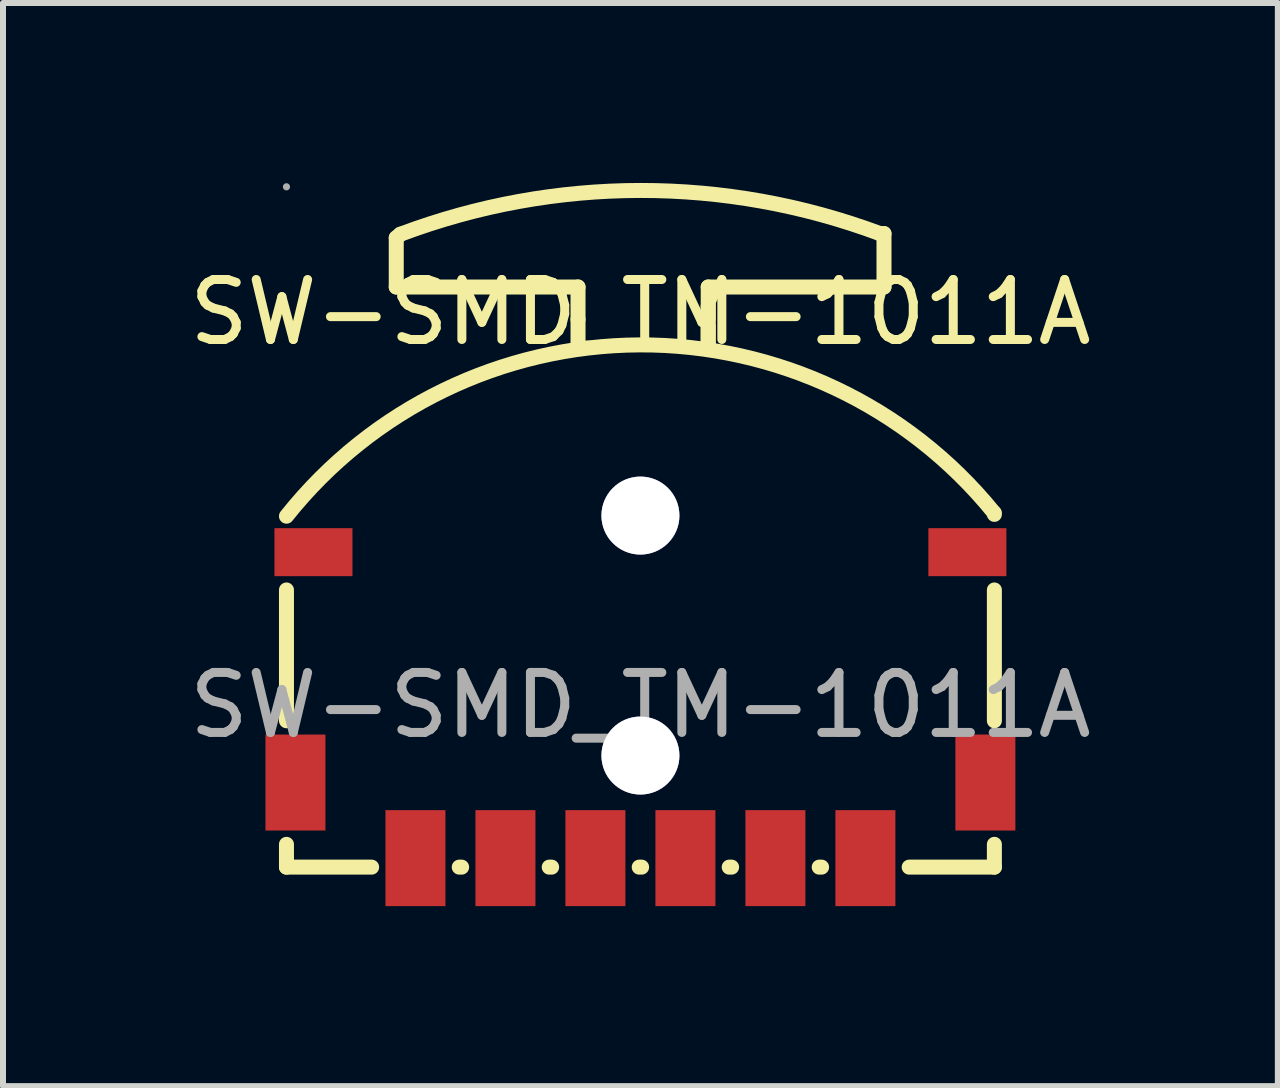
<source format=kicad_pcb>
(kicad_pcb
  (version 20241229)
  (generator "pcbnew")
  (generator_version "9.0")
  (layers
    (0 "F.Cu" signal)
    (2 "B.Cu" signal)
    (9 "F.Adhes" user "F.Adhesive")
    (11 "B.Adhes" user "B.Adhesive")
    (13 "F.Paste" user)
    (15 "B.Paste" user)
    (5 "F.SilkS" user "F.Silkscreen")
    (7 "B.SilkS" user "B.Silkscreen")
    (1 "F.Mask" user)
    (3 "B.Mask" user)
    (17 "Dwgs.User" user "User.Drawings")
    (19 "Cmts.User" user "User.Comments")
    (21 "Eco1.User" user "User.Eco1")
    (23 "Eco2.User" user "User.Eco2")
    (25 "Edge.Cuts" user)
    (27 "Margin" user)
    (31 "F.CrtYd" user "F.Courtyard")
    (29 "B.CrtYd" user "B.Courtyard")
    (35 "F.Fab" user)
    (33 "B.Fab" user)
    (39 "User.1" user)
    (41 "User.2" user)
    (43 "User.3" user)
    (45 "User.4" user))
  (footprint "SW-SMD_TM-1011A"
    (layer "F.Cu")
    (at 7.625 8.704)
    (property "Reference" "SW-SMD_TM-1011A" (at 0 -6.55 0) (layer "F.SilkS") (effects (font (size 1 1) (thickness 0.15))))
    (attr smd)
    (fp_line (start -5.9 0.26) (end -5.9 -1.92) (stroke (width 0.25) (type solid)) (layer "F.SilkS"))
    (fp_line (start -5.9 2.7) (end -5.9 2.32) (stroke (width 0.25) (type solid)) (layer "F.SilkS"))
    (fp_line (start -4.48 2.7) (end -5.9 2.7) (stroke (width 0.25) (type solid)) (layer "F.SilkS"))
    (fp_line (start -4.07 -7.79) (end -4.07 -6.97) (stroke (width 0.25) (type solid)) (layer "F.SilkS"))
    (fp_line (start -4.07 -6.97) (end -1.04 -6.97) (stroke (width 0.25) (type solid)) (layer "F.SilkS"))
    (fp_line (start -4 -7.85) (end -4.07 -7.79) (stroke (width 0.25) (type solid)) (layer "F.SilkS"))
    (fp_line (start -2.98 2.7) (end -3.02 2.7) (stroke (width 0.25) (type solid)) (layer "F.SilkS"))
    (fp_line (start -1.48 2.7) (end -1.52 2.7) (stroke (width 0.25) (type solid)) (layer "F.SilkS"))
    (fp_line (start -1.04 -6.97) (end -1.04 -6.43) (stroke (width 0.25) (type solid)) (layer "F.SilkS"))
    (fp_line (start -1.04 -6.43) (end -1.04 -6.04) (stroke (width 0.25) (type solid)) (layer "F.SilkS"))
    (fp_line (start 0.02 2.7) (end -0.02 2.7) (stroke (width 0.25) (type solid)) (layer "F.SilkS"))
    (fp_line (start 1.13 -6.97) (end 1.13 -6.43) (stroke (width 0.25) (type solid)) (layer "F.SilkS"))
    (fp_line (start 1.13 -6.65) (end 1.13 -5.93) (stroke (width 0.25) (type solid)) (layer "F.SilkS"))
    (fp_line (start 1.13 -6.33) (end 1.13 -5.93) (stroke (width 0.25) (type solid)) (layer "F.SilkS"))
    (fp_line (start 1.52 2.7) (end 1.48 2.7) (stroke (width 0.25) (type solid)) (layer "F.SilkS"))
    (fp_line (start 3.02 2.7) (end 2.98 2.7) (stroke (width 0.25) (type solid)) (layer "F.SilkS"))
    (fp_line (start 4 -7.86) (end 4.06 -7.86) (stroke (width 0.25) (type solid)) (layer "F.SilkS"))
    (fp_line (start 4.06 -7.86) (end 4.06 -6.97) (stroke (width 0.25) (type solid)) (layer "F.SilkS"))
    (fp_line (start 4.06 -6.97) (end 1.13 -6.97) (stroke (width 0.25) (type solid)) (layer "F.SilkS"))
    (fp_line (start 5.9 -3.2) (end 5.9 -3.18) (stroke (width 0.25) (type solid)) (layer "F.SilkS"))
    (fp_line (start 5.9 -1.92) (end 5.9 0.26) (stroke (width 0.25) (type solid)) (layer "F.SilkS"))
    (fp_line (start 5.9 2.32) (end 5.9 2.7) (stroke (width 0.25) (type solid)) (layer "F.SilkS"))
    (fp_line (start 5.9 2.7) (end 4.48 2.7) (stroke (width 0.25) (type solid)) (layer "F.SilkS"))
    (fp_arc (start -5.9 -3.15) (mid -0.018153 -6.004988) (end 5.892192 -3.209472) (stroke (width 0.25) (type solid)) (layer "F.SilkS"))
    (fp_arc (start -4 -7.85) (mid -0.000918 -8.579275) (end 3.999555 -7.857669) (stroke (width 0.25) (type solid)) (layer "F.SilkS"))
    (fp_circle (center -5.9 -8.64) (end -5.87 -8.64) (stroke (width 0.06) (type solid)) (fill no) (layer "F.Fab"))
    (fp_circle (center 0 -3.16) (end 0.28 -3.16) (stroke (width 0.55) (type solid)) (fill no) (layer "F.Fab"))
    (fp_circle (center 0 0.84) (end 0.28 0.84) (stroke (width 0.55) (type solid)) (fill no) (layer "F.Fab"))
    (fp_text user "${REFERENCE}" (at 0 0 0) (layer "F.Fab") (effects (font (size 1 1) (thickness 0.15))))
    (pad "" thru_hole circle (at 0 -3.16) (size 1.3 1.3) (drill 1.3) (layers "*.Cu" "*.Mask"))
    (pad "" thru_hole circle (at 0 0.84) (size 1.3 1.3) (drill 1.3) (layers "*.Cu" "*.Mask"))
    (pad "a" smd rect (at -5.45 -2.55) (size 1.3 0.8) (layers "F.Cu" "F.Mask" "F.Paste"))
    (pad "a" smd rect (at 5.45 -2.55) (size 1.3 0.8) (layers "F.Cu" "F.Mask" "F.Paste"))
    (pad "b" smd rect (at 3.75 2.55) (size 1 1.6) (layers "F.Cu" "F.Mask" "F.Paste"))
    (pad "c" smd rect (at 2.25 2.55) (size 1 1.6) (layers "F.Cu" "F.Mask" "F.Paste"))
    (pad "d" smd rect (at 0.75 2.55) (size 1 1.6) (layers "F.Cu" "F.Mask" "F.Paste"))
    (pad "e" smd rect (at -0.75 2.55) (size 1 1.6) (layers "F.Cu" "F.Mask" "F.Paste"))
    (pad "f" smd rect (at -2.25 2.55) (size 1 1.6) (layers "F.Cu" "F.Mask" "F.Paste"))
    (pad "g" smd rect (at -3.75 2.55) (size 1 1.6) (layers "F.Cu" "F.Mask" "F.Paste"))
    (pad "s" smd rect (at -5.75 1.29) (size 1 1.6) (layers "F.Cu" "F.Mask" "F.Paste"))
    (pad "s" smd rect (at 5.75 1.29) (size 1 1.6) (layers "F.Cu" "F.Mask" "F.Paste")))
  (gr_rect
    (start -3 -3)
    (end 18.25 15.054)
    (stroke (width 0.1) (type default))
    (fill no)
    (layer "Edge.Cuts")))
</source>
